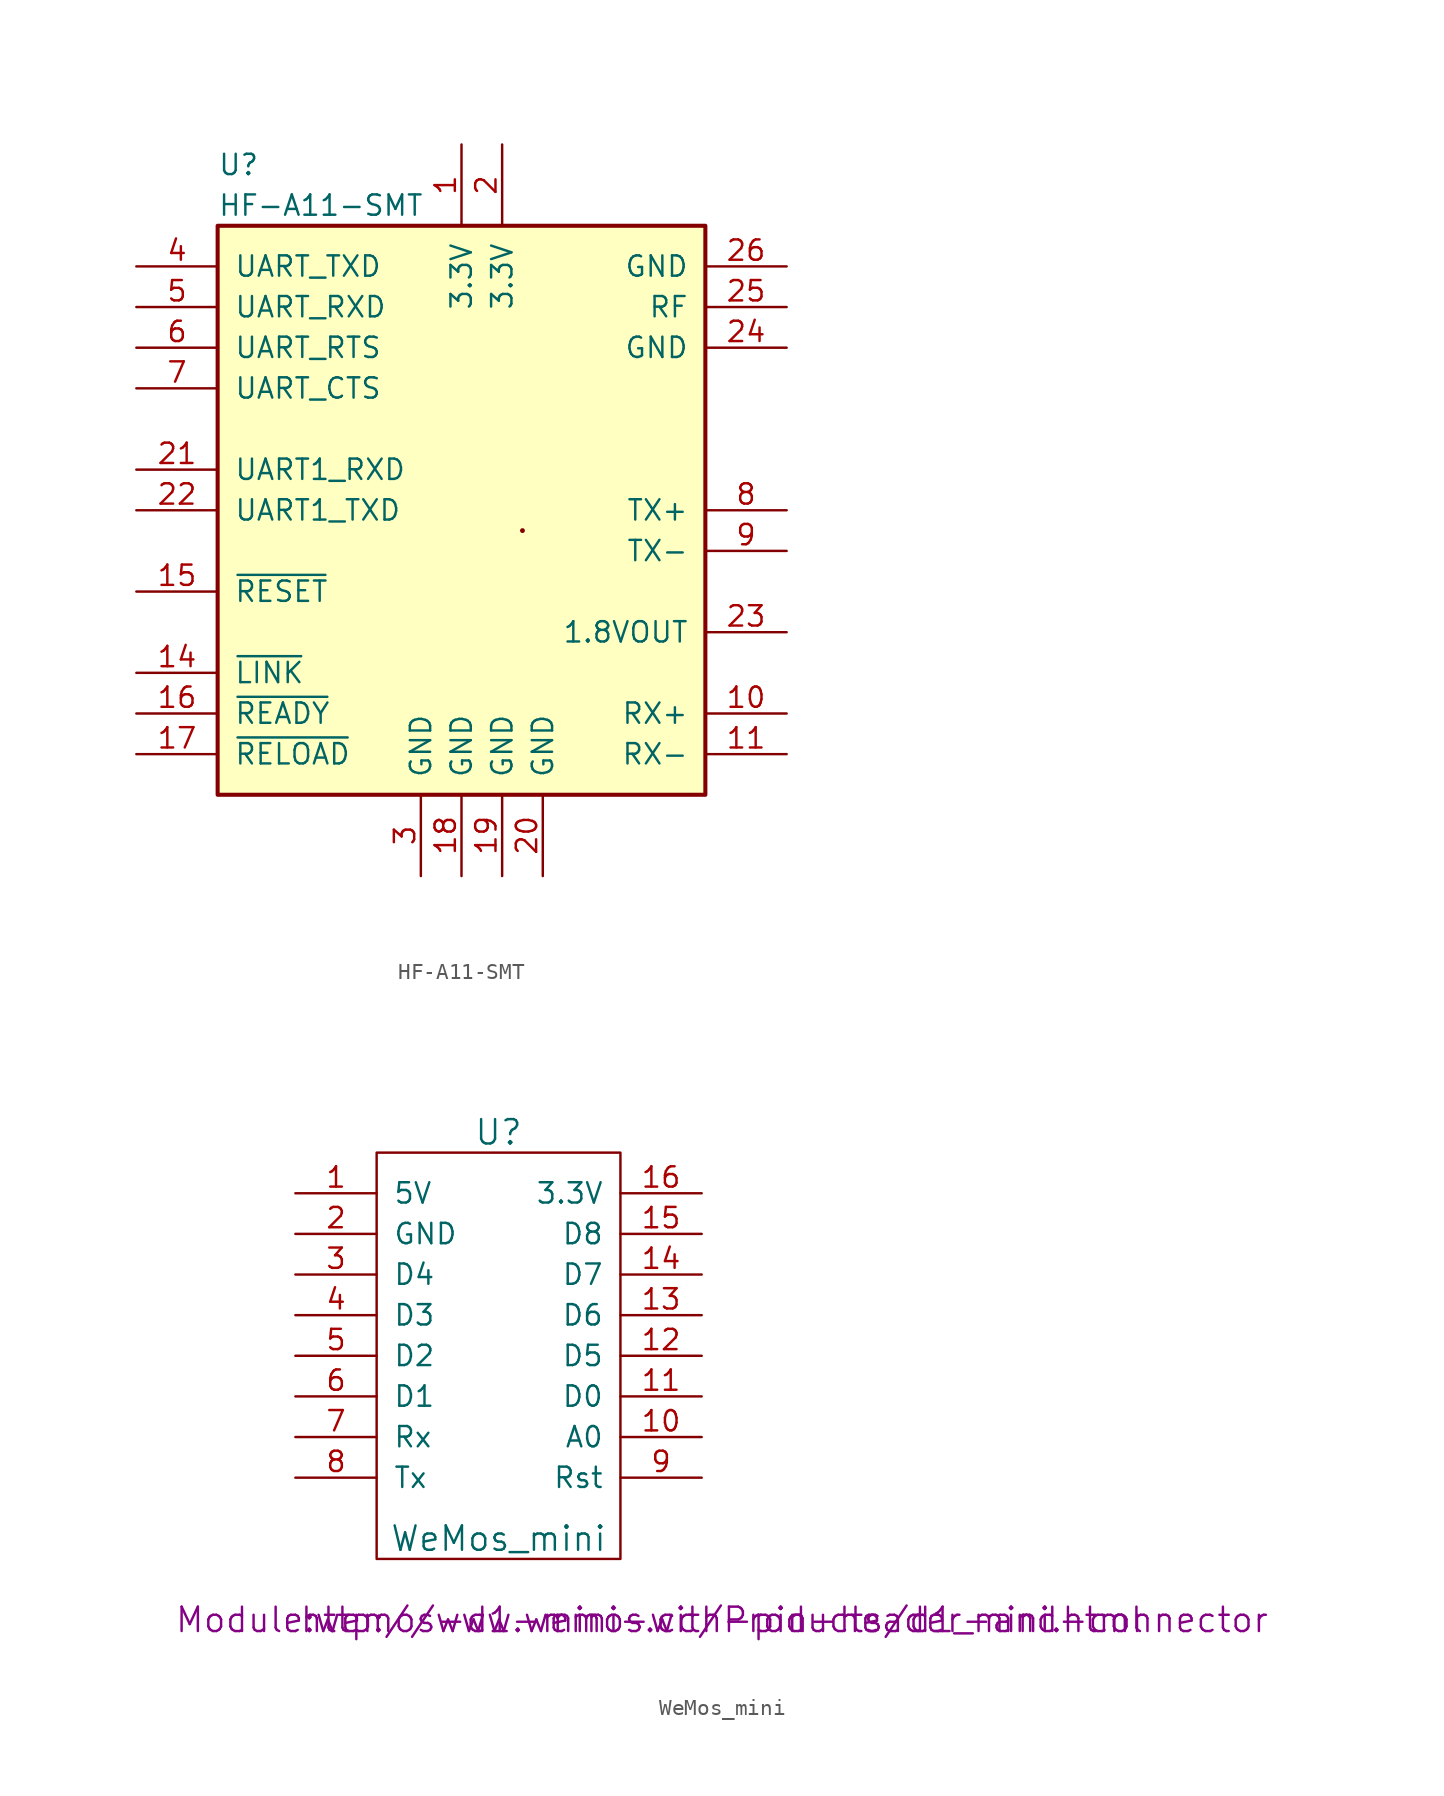
<source format=kicad_sym>
(kicad_symbol_lib
  (version 20201005)
  (generator kicad_symbol_editor)
  (symbol "HF-A11-SMT"
    (pin_names
      (offset 1.016))
    (property "Reference" "U"
      (at -15.24 21.59 0)
      (effects (font (size 1.27 1.27)) (justify left)))
    (property "Value" "HF-A11-SMT"
      (at -15.24 19.05 0)
      (effects (font (size 1.27 1.27)) (justify left)))
    (symbol "HF-A11-SMT_0_1"
      (circle (center 3.81 -1.27) (radius 0) (stroke (width 0)) (fill (type none)))
      (rectangle (start -15.24 17.78) (end 15.24 -17.78) (stroke (width 0.254)) (fill (type background))))
    (symbol "HF-A11-SMT_1_1"
      (pin power_in line (at 0 22.86 270) (length 5.08) (name "3.3V" (effects (font (size 1.27 1.27)))) (number "1" (effects (font (size 1.27 1.27)))))
      (pin passive line (at 20.32 -12.7 180) (length 5.08) (name "RX+" (effects (font (size 1.27 1.27)))) (number "10" (effects (font (size 1.27 1.27)))))
      (pin passive line (at 20.32 -15.24 180) (length 5.08) (name "RX-" (effects (font (size 1.27 1.27)))) (number "11" (effects (font (size 1.27 1.27)))))
      (pin output line (at -20.32 -10.16 0) (length 5.08) (name "~LINK~" (effects (font (size 1.27 1.27)))) (number "14" (effects (font (size 1.27 1.27)))))
      (pin input line (at -20.32 -5.08 0) (length 5.08) (name "~RESET~" (effects (font (size 1.27 1.27)))) (number "15" (effects (font (size 1.27 1.27)))))
      (pin output line (at -20.32 -12.7 0) (length 5.08) (name "~READY~" (effects (font (size 1.27 1.27)))) (number "16" (effects (font (size 1.27 1.27)))))
      (pin input line (at -20.32 -15.24 0) (length 5.08) (name "~RELOAD~" (effects (font (size 1.27 1.27)))) (number "17" (effects (font (size 1.27 1.27)))))
      (pin power_in line (at 0 -22.86 90) (length 5.08) (name "GND" (effects (font (size 1.27 1.27)))) (number "18" (effects (font (size 1.27 1.27)))))
      (pin power_in line (at 2.54 -22.86 90) (length 5.08) (name "GND" (effects (font (size 1.27 1.27)))) (number "19" (effects (font (size 1.27 1.27)))))
      (pin power_in line (at 2.54 22.86 270) (length 5.08) (name "3.3V" (effects (font (size 1.27 1.27)))) (number "2" (effects (font (size 1.27 1.27)))))
      (pin power_in line (at 5.08 -22.86 90) (length 5.08) (name "GND" (effects (font (size 1.27 1.27)))) (number "20" (effects (font (size 1.27 1.27)))))
      (pin input line (at -20.32 2.54 0) (length 5.08) (name "UART1_RXD" (effects (font (size 1.27 1.27)))) (number "21" (effects (font (size 1.27 1.27)))))
      (pin output line (at -20.32 0 0) (length 5.08) (name "UART1_TXD" (effects (font (size 1.27 1.27)))) (number "22" (effects (font (size 1.27 1.27)))))
      (pin power_out line (at 20.32 -7.62 180) (length 5.08) (name "1.8VOUT" (effects (font (size 1.27 1.27)))) (number "23" (effects (font (size 1.27 1.27)))))
      (pin power_in line (at 20.32 10.16 180) (length 5.08) (name "GND" (effects (font (size 1.27 1.27)))) (number "24" (effects (font (size 1.27 1.27)))))
      (pin passive line (at 20.32 12.7 180) (length 5.08) (name "RF" (effects (font (size 1.27 1.27)))) (number "25" (effects (font (size 1.27 1.27)))))
      (pin power_in line (at 20.32 15.24 180) (length 5.08) (name "GND" (effects (font (size 1.27 1.27)))) (number "26" (effects (font (size 1.27 1.27)))))
      (pin power_in line (at -2.54 -22.86 90) (length 5.08) (name "GND" (effects (font (size 1.27 1.27)))) (number "3" (effects (font (size 1.27 1.27)))))
      (pin output line (at -20.32 15.24 0) (length 5.08) (name "UART_TXD" (effects (font (size 1.27 1.27)))) (number "4" (effects (font (size 1.27 1.27)))))
      (pin input line (at -20.32 12.7 0) (length 5.08) (name "UART_RXD" (effects (font (size 1.27 1.27)))) (number "5" (effects (font (size 1.27 1.27)))))
      (pin output line (at -20.32 10.16 0) (length 5.08) (name "UART_RTS" (effects (font (size 1.27 1.27)))) (number "6" (effects (font (size 1.27 1.27)))))
      (pin input line (at -20.32 7.62 0) (length 5.08) (name "UART_CTS" (effects (font (size 1.27 1.27)))) (number "7" (effects (font (size 1.27 1.27)))))
      (pin passive line (at 20.32 0 180) (length 5.08) (name "TX+" (effects (font (size 1.27 1.27)))) (number "8" (effects (font (size 1.27 1.27)))))
      (pin passive line (at 20.32 -2.54 180) (length 5.08) (name "TX-" (effects (font (size 1.27 1.27)))) (number "9" (effects (font (size 1.27 1.27)))))))
  (symbol "WeMos_mini"
    (pin_names
      (offset 1.016))
    (property "Reference" "U"
      (at 0 12.7 0)
      (effects (font (size 1.524 1.524))))
    (property "Value" "WeMos_mini"
      (at 0 -12.7 0)
      (effects (font (size 1.524 1.524))))
    (property "Footprint" "Module:wemos-d1-mini-with-pin-header-and-connector"
      (at 13.97 -17.78 0)
      (effects (font (size 1.524 1.524))))
    (property "Datasheet" "http://www.wemos.cc/Products/d1_mini.html"
      (at 13.97 -17.78 0)
      (effects (font (size 1.524 1.524))))
    (symbol "WeMos_mini_0_1"
      (rectangle (start -7.62 11.43) (end 7.62 -13.97) (stroke (width 0)) (fill (type none))))
    (symbol "WeMos_mini_1_1"
      (pin power_in line (at -12.7 8.89 0) (length 5.08) (name "5V" (effects (font (size 1.27 1.27)))) (number "1" (effects (font (size 1.27 1.27)))))
      (pin bidirectional line (at 12.7 -6.35 180) (length 5.08) (name "A0" (effects (font (size 1.27 1.27)))) (number "10" (effects (font (size 1.27 1.27)))))
      (pin bidirectional line (at 12.7 -3.81 180) (length 5.08) (name "D0" (effects (font (size 1.27 1.27)))) (number "11" (effects (font (size 1.27 1.27)))))
      (pin bidirectional line (at 12.7 -1.27 180) (length 5.08) (name "D5" (effects (font (size 1.27 1.27)))) (number "12" (effects (font (size 1.27 1.27)))))
      (pin bidirectional line (at 12.7 1.27 180) (length 5.08) (name "D6" (effects (font (size 1.27 1.27)))) (number "13" (effects (font (size 1.27 1.27)))))
      (pin bidirectional line (at 12.7 3.81 180) (length 5.08) (name "D7" (effects (font (size 1.27 1.27)))) (number "14" (effects (font (size 1.27 1.27)))))
      (pin bidirectional line (at 12.7 6.35 180) (length 5.08) (name "D8" (effects (font (size 1.27 1.27)))) (number "15" (effects (font (size 1.27 1.27)))))
      (pin power_out line (at 12.7 8.89 180) (length 5.08) (name "3.3V" (effects (font (size 1.27 1.27)))) (number "16" (effects (font (size 1.27 1.27)))))
      (pin power_in line (at -12.7 6.35 0) (length 5.08) (name "GND" (effects (font (size 1.27 1.27)))) (number "2" (effects (font (size 1.27 1.27)))))
      (pin bidirectional line (at -12.7 3.81 0) (length 5.08) (name "D4" (effects (font (size 1.27 1.27)))) (number "3" (effects (font (size 1.27 1.27)))))
      (pin bidirectional line (at -12.7 1.27 0) (length 5.08) (name "D3" (effects (font (size 1.27 1.27)))) (number "4" (effects (font (size 1.27 1.27)))))
      (pin bidirectional line (at -12.7 -1.27 0) (length 5.08) (name "D2" (effects (font (size 1.27 1.27)))) (number "5" (effects (font (size 1.27 1.27)))))
      (pin bidirectional line (at -12.7 -3.81 0) (length 5.08) (name "D1" (effects (font (size 1.27 1.27)))) (number "6" (effects (font (size 1.27 1.27)))))
      (pin bidirectional line (at -12.7 -6.35 0) (length 5.08) (name "Rx" (effects (font (size 1.27 1.27)))) (number "7" (effects (font (size 1.27 1.27)))))
      (pin bidirectional line (at -12.7 -8.89 0) (length 5.08) (name "Tx" (effects (font (size 1.27 1.27)))) (number "8" (effects (font (size 1.27 1.27)))))
      (pin bidirectional line (at 12.7 -8.89 180) (length 5.08) (name "Rst" (effects (font (size 1.27 1.27)))) (number "9" (effects (font (size 1.27 1.27))))))))
</source>
